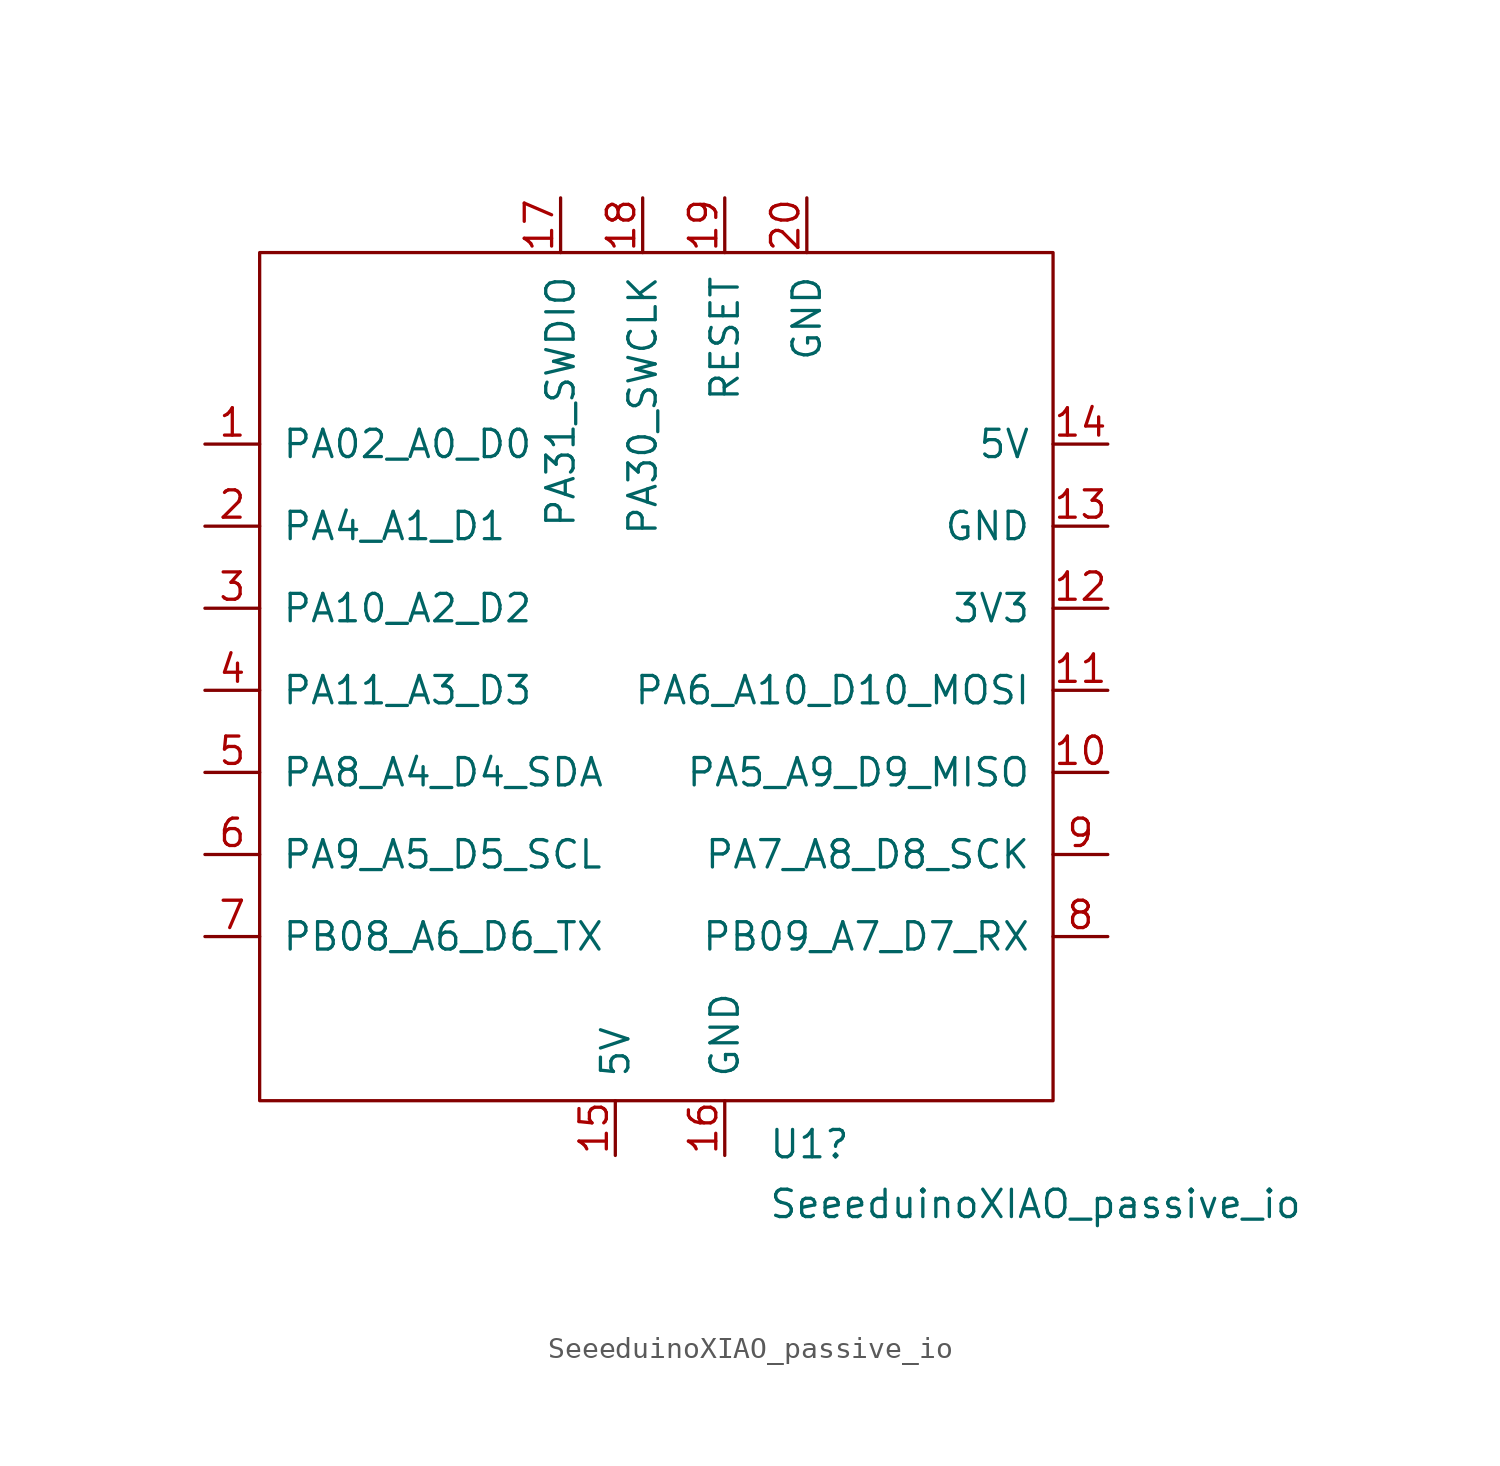
<source format=kicad_sym>
(kicad_symbol_lib
  (version 20211014)
  (generator kicad_symbol_editor)
  (symbol "SeeeduinoXIAO_passive_io"
    (pin_names
      (offset 1.016))
    (property "Reference" "U1"
      (at 4.559 -21.073 0)
      (effects (font (size 1.27 1.27)) (justify left)))
    (property "Value" "SeeeduinoXIAO_passive_io"
      (at 4.559 -23.848 0)
      (effects (font (size 1.27 1.27)) (justify left)))
    (symbol "SeeeduinoXIAO_passive_io_0_1"
      (rectangle (start -19.05 20.32) (end 17.78 -19.05) (stroke (width 0) (type default) (color 0 0 0 0)) (fill (type none))))
    (symbol "SeeeduinoXIAO_passive_io_1_1"
      (pin passive line (at -21.59 11.43 0) (length 2.54) (name "PA02_A0_D0" (effects (font (size 1.27 1.27)))) (number "1" (effects (font (size 1.27 1.27)))))
      (pin passive line (at 20.32 -3.81 180) (length 2.54) (name "PA5_A9_D9_MISO" (effects (font (size 1.27 1.27)))) (number "10" (effects (font (size 1.27 1.27)))))
      (pin passive line (at 20.32 0 180) (length 2.54) (name "PA6_A10_D10_MOSI" (effects (font (size 1.27 1.27)))) (number "11" (effects (font (size 1.27 1.27)))))
      (pin passive line (at 20.32 3.81 180) (length 2.54) (name "3V3" (effects (font (size 1.27 1.27)))) (number "12" (effects (font (size 1.27 1.27)))))
      (pin power_out line (at 20.32 7.62 180) (length 2.54) (name "GND" (effects (font (size 1.27 1.27)))) (number "13" (effects (font (size 1.27 1.27)))))
      (pin power_out line (at 20.32 11.43 180) (length 2.54) (name "5V" (effects (font (size 1.27 1.27)))) (number "14" (effects (font (size 1.27 1.27)))))
      (pin input line (at -2.54 -21.59 90) (length 2.54) (name "5V" (effects (font (size 1.27 1.27)))) (number "15" (effects (font (size 1.27 1.27)))))
      (pin input line (at 2.54 -21.59 90) (length 2.54) (name "GND" (effects (font (size 1.27 1.27)))) (number "16" (effects (font (size 1.27 1.27)))))
      (pin passive line (at -5.08 22.86 270) (length 2.54) (name "PA31_SWDIO" (effects (font (size 1.27 1.27)))) (number "17" (effects (font (size 1.27 1.27)))))
      (pin passive line (at -1.27 22.86 270) (length 2.54) (name "PA30_SWCLK" (effects (font (size 1.27 1.27)))) (number "18" (effects (font (size 1.27 1.27)))))
      (pin input line (at 2.54 22.86 270) (length 2.54) (name "RESET" (effects (font (size 1.27 1.27)))) (number "19" (effects (font (size 1.27 1.27)))))
      (pin passive line (at -21.59 7.62 0) (length 2.54) (name "PA4_A1_D1" (effects (font (size 1.27 1.27)))) (number "2" (effects (font (size 1.27 1.27)))))
      (pin power_out line (at 6.35 22.86 270) (length 2.54) (name "GND" (effects (font (size 1.27 1.27)))) (number "20" (effects (font (size 1.27 1.27)))))
      (pin passive line (at -21.59 3.81 0) (length 2.54) (name "PA10_A2_D2" (effects (font (size 1.27 1.27)))) (number "3" (effects (font (size 1.27 1.27)))))
      (pin passive line (at -21.59 0 0) (length 2.54) (name "PA11_A3_D3" (effects (font (size 1.27 1.27)))) (number "4" (effects (font (size 1.27 1.27)))))
      (pin passive line (at -21.59 -3.81 0) (length 2.54) (name "PA8_A4_D4_SDA" (effects (font (size 1.27 1.27)))) (number "5" (effects (font (size 1.27 1.27)))))
      (pin passive line (at -21.59 -7.62 0) (length 2.54) (name "PA9_A5_D5_SCL" (effects (font (size 1.27 1.27)))) (number "6" (effects (font (size 1.27 1.27)))))
      (pin passive line (at -21.59 -11.43 0) (length 2.54) (name "PB08_A6_D6_TX" (effects (font (size 1.27 1.27)))) (number "7" (effects (font (size 1.27 1.27)))))
      (pin passive line (at 20.32 -11.43 180) (length 2.54) (name "PB09_A7_D7_RX" (effects (font (size 1.27 1.27)))) (number "8" (effects (font (size 1.27 1.27)))))
      (pin passive line (at 20.32 -7.62 180) (length 2.54) (name "PA7_A8_D8_SCK" (effects (font (size 1.27 1.27)))) (number "9" (effects (font (size 1.27 1.27))))))))
</source>
